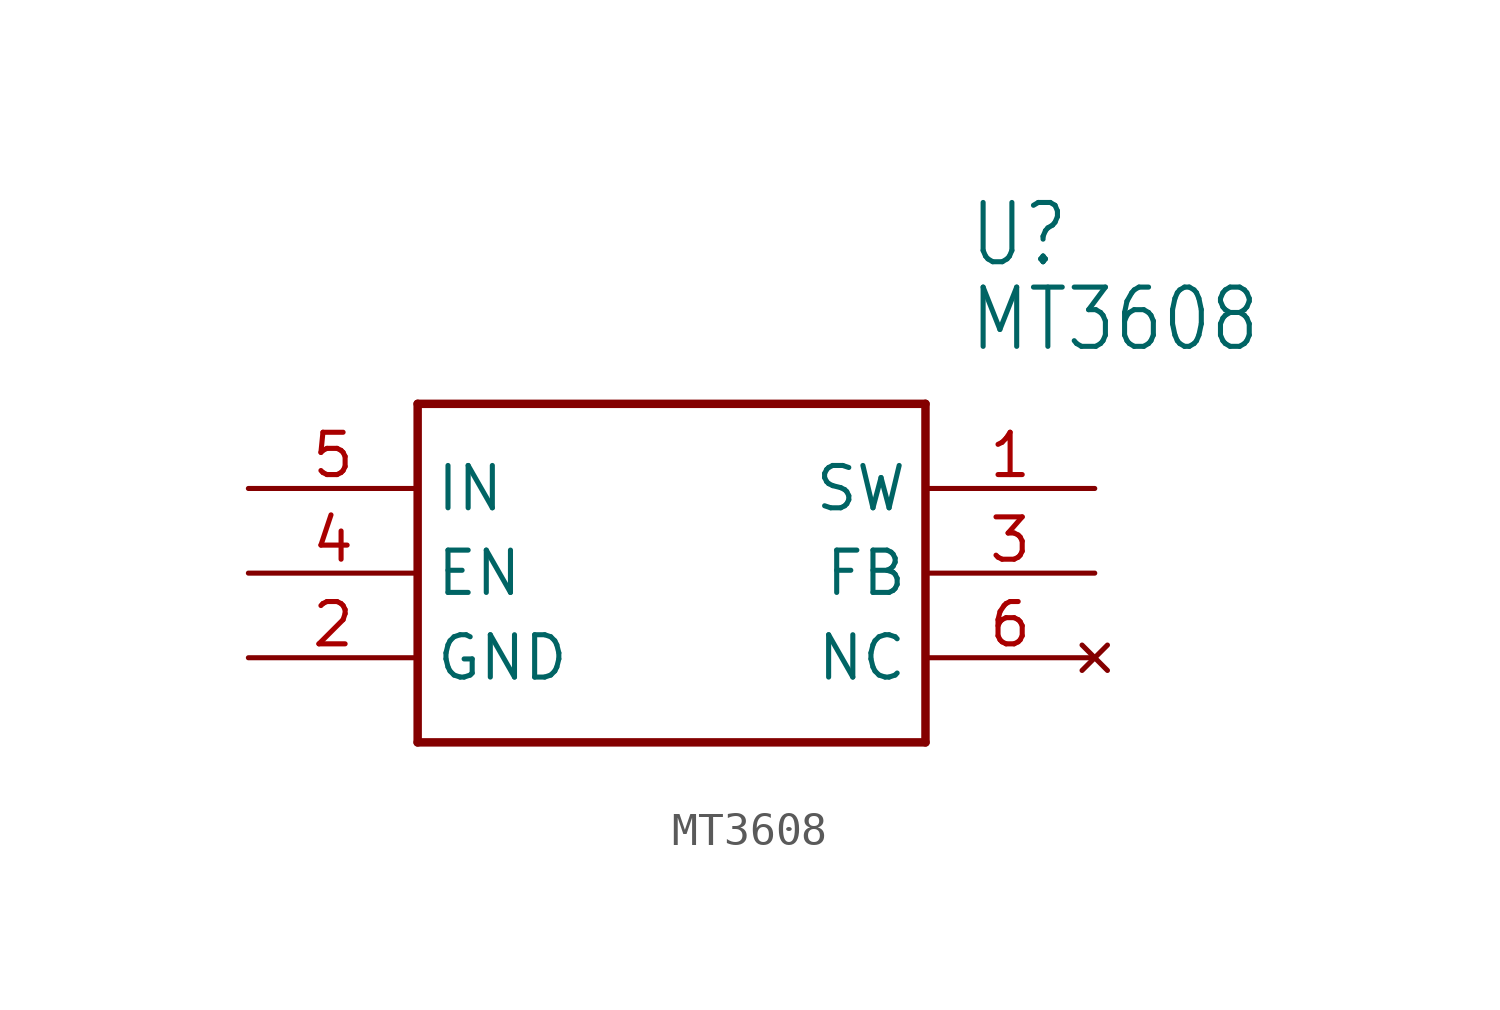
<source format=kicad_sym>
(kicad_symbol_lib
  (version 20211014)
  (generator kicad_symbol_editor)
  (symbol "MT3608"
    (property "Reference" "U"
      (at 8.89 10.16 0)
      (effects (font (size 1.778 1.511)) (justify left)))
    (property "Value" "MT3608"
      (at 8.89 7.62 0)
      (effects (font (size 1.778 1.511)) (justify left)))
    (property "ki_locked" ""
      (at 0 0 0)
      (effects (font (size 1.27 1.27))))
    (symbol "MT3608_1_0"
      (polyline (pts (xy -7.62 5.08) (xy -7.62 -5.08)) (stroke (width 0.254) (type default) (color 0 0 0 0)) (fill (type none)))
      (polyline (pts (xy -7.62 5.08) (xy 7.62 5.08)) (stroke (width 0.254) (type default) (color 0 0 0 0)) (fill (type none)))
      (polyline (pts (xy 7.62 -5.08) (xy -7.62 -5.08)) (stroke (width 0.254) (type default) (color 0 0 0 0)) (fill (type none)))
      (polyline (pts (xy 7.62 -5.08) (xy 7.62 5.08)) (stroke (width 0.254) (type default) (color 0 0 0 0)) (fill (type none)))
      (pin bidirectional line (at 12.7 2.54 180) (length 5.08) (name "SW" (effects (font (size 1.27 1.27)))) (number "1" (effects (font (size 1.27 1.27)))))
      (pin bidirectional line (at -12.7 -2.54 0) (length 5.08) (name "GND" (effects (font (size 1.27 1.27)))) (number "2" (effects (font (size 1.27 1.27)))))
      (pin bidirectional line (at 12.7 0 180) (length 5.08) (name "FB" (effects (font (size 1.27 1.27)))) (number "3" (effects (font (size 1.27 1.27)))))
      (pin bidirectional line (at -12.7 0 0) (length 5.08) (name "EN" (effects (font (size 1.27 1.27)))) (number "4" (effects (font (size 1.27 1.27)))))
      (pin bidirectional line (at -12.7 2.54 0) (length 5.08) (name "IN" (effects (font (size 1.27 1.27)))) (number "5" (effects (font (size 1.27 1.27)))))
      (pin no_connect line (at 12.7 -2.54 180) (length 5.08) (name "NC" (effects (font (size 1.27 1.27)))) (number "6" (effects (font (size 1.27 1.27))))))))
</source>
